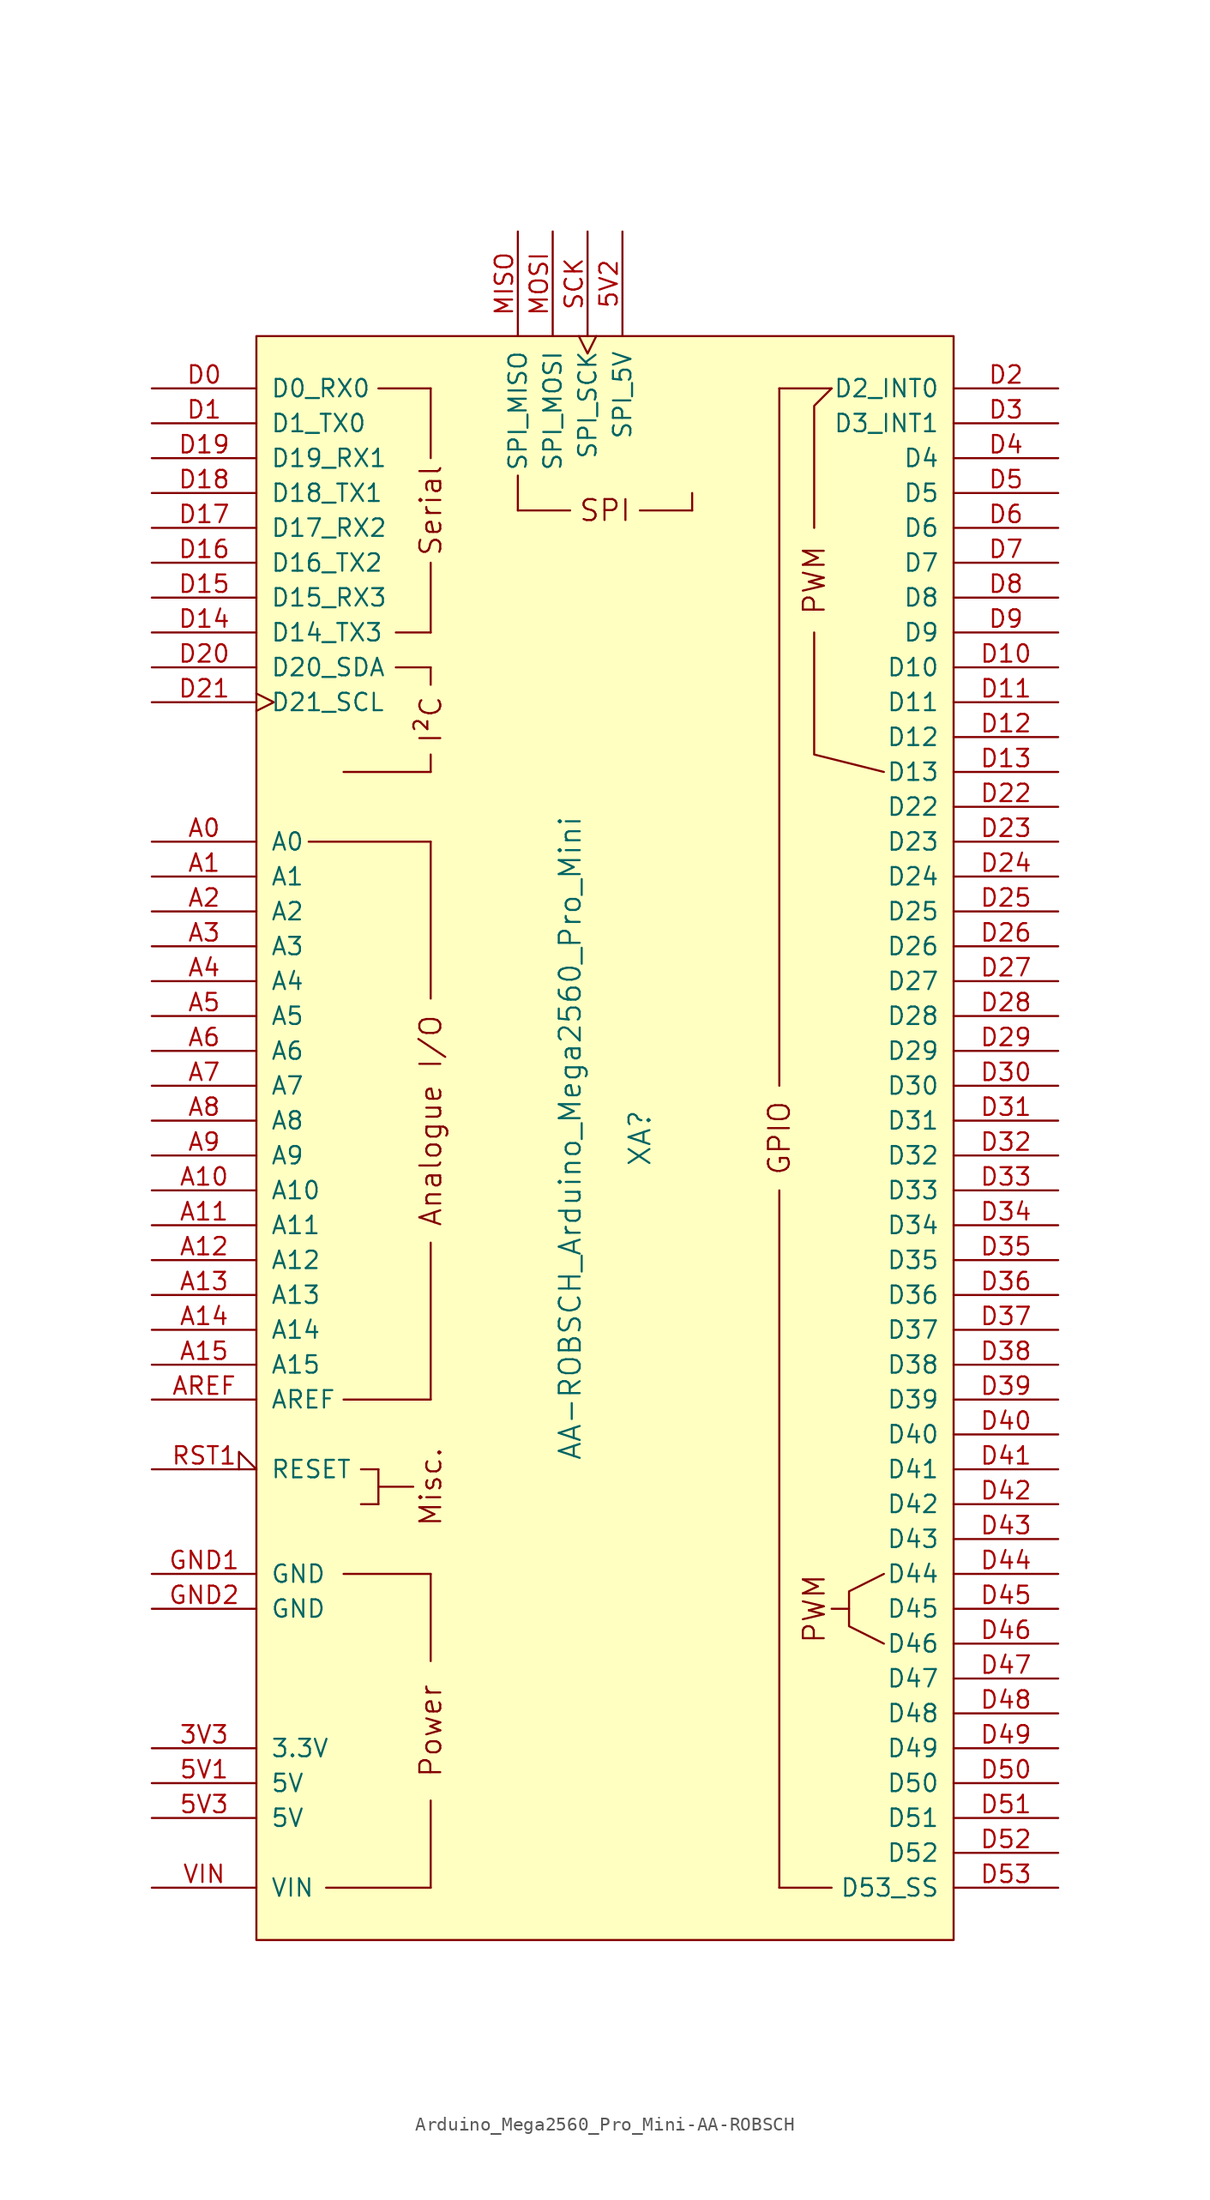
<source format=kicad_sym>
(kicad_symbol_lib
  (version 20220914)
  (generator kicad_symbol_editor)
  (symbol "Arduino_Mega2560_Pro_Mini-AA-ROBSCH"
    (pin_names
      (offset 1.016))
    (property "Reference" "XA"
      (at 2.54 0 90)
      (effects (font (size 1.524 1.524))))
    (property "Value" "AA-ROBSCH_Arduino_Mega2560_Pro_Mini"
      (at -2.54 0 90)
      (effects (font (size 1.524 1.524))))
    (symbol "Arduino_Mega2560_Pro_Mini-AA-ROBSCH_0_0"
      (rectangle (start -25.4 -58.42) (end 25.4 58.42) (stroke (width 0) (type solid)) (fill (type background)))
      (rectangle (start -20.32 -54.61) (end -12.7 -54.61) (stroke (width 0) (type solid)) (fill (type none)))
      (rectangle (start -19.05 -31.75) (end -12.7 -31.75) (stroke (width 0) (type solid)) (fill (type none)))
      (rectangle (start -19.05 -19.05) (end -12.7 -19.05) (stroke (width 0) (type solid)) (fill (type none)))
      (rectangle (start -19.05 26.67) (end -12.7 26.67) (stroke (width 0) (type solid)) (fill (type none)))
      (rectangle (start -17.78 -26.67) (end -16.51 -26.67) (stroke (width 0) (type solid)) (fill (type none)))
      (rectangle (start -17.78 -24.13) (end -16.51 -24.13) (stroke (width 0) (type solid)) (fill (type none)))
      (rectangle (start -16.51 -25.4) (end -13.97 -25.4) (stroke (width 0) (type solid)) (fill (type none)))
      (rectangle (start -16.51 -24.13) (end -16.51 -26.67) (stroke (width 0) (type solid)) (fill (type none)))
      (rectangle (start -16.51 54.61) (end -12.7 54.61) (stroke (width 0) (type solid)) (fill (type none)))
      (rectangle (start -15.24 34.29) (end -12.7 34.29) (stroke (width 0) (type solid)) (fill (type none)))
      (rectangle (start -15.24 36.83) (end -12.7 36.83) (stroke (width 0) (type solid)) (fill (type none)))
      (rectangle (start -12.7 -54.61) (end -12.7 -48.26) (stroke (width 0) (type solid)) (fill (type none)))
      (rectangle (start -12.7 -31.75) (end -12.7 -38.1) (stroke (width 0) (type solid)) (fill (type none)))
      (rectangle (start -12.7 26.67) (end -12.7 27.94) (stroke (width 0) (type solid)) (fill (type none)))
      (rectangle (start -12.7 34.29) (end -12.7 33.02) (stroke (width 0) (type solid)) (fill (type none)))
      (rectangle (start -12.7 41.91) (end -12.7 36.83) (stroke (width 0) (type solid)) (fill (type none)))
      (rectangle (start -12.7 49.53) (end -12.7 54.61) (stroke (width 0) (type solid)) (fill (type none)))
      (rectangle (start -6.35 48.26) (end -6.35 45.72) (stroke (width 0) (type solid)) (fill (type none)))
      (rectangle (start -2.54 45.72) (end -6.35 45.72) (stroke (width 0) (type solid)) (fill (type none)))
      (polyline (pts (xy -21.59 21.59) (xy -12.7 21.59)) (stroke (width 0) (type solid)) (fill (type none)))
      (polyline (pts (xy -12.7 -19.05) (xy -12.7 -7.62)) (stroke (width 0) (type solid)) (fill (type none)))
      (polyline (pts (xy -12.7 10.16) (xy -12.7 21.59)) (stroke (width 0) (type solid)) (fill (type none)))
      (polyline (pts (xy 12.7 -54.61) (xy 16.51 -54.61)) (stroke (width 0) (type solid)) (fill (type none)))
      (polyline (pts (xy 12.7 54.61) (xy 16.51 54.61)) (stroke (width 0) (type solid)) (fill (type none)))
      (polyline (pts (xy 17.78 -34.29) (xy 16.51 -34.29)) (stroke (width 0) (type solid)) (fill (type none)))
      (polyline (pts (xy 15.24 36.83) (xy 15.24 27.94) (xy 20.32 26.67)) (stroke (width 0) (type solid)) (fill (type none)))
      (polyline (pts (xy 15.24 44.45) (xy 15.24 53.34) (xy 16.51 54.61)) (stroke (width 0) (type solid)) (fill (type none)))
      (polyline (pts (xy 20.32 -31.75) (xy 17.78 -33.02) (xy 17.78 -35.56) (xy 20.32 -36.83)) (stroke (width 0) (type solid)) (fill (type none)))
      (rectangle (start 6.35 45.72) (end 2.54 45.72) (stroke (width 0) (type solid)) (fill (type none)))
      (rectangle (start 6.35 46.99) (end 6.35 45.72) (stroke (width 0) (type solid)) (fill (type none)))
      (text "Analogue I/O" (at -12.7 1.27 900) (effects (font (size 1.524 1.524))))
      (text "I²C" (at -12.7 30.48 900) (effects (font (size 1.524 1.524))))
      (text "Misc." (at -12.7 -25.4 900) (effects (font (size 1.524 1.524))))
      (text "Power" (at -12.7 -43.18 900) (effects (font (size 1.524 1.524))))
      (text "PWM" (at 15.24 -34.29 900) (effects (font (size 1.524 1.524))))
      (text "PWM" (at 15.24 40.64 900) (effects (font (size 1.524 1.524))))
      (text "Serial" (at -12.7 45.72 900) (effects (font (size 1.524 1.524))))
      (text "SPI" (at 0 45.72 0) (effects (font (size 1.524 1.524)))))
    (symbol "Arduino_Mega2560_Pro_Mini-AA-ROBSCH_1_0"
      (rectangle (start 12.7 -54.61) (end 12.7 -3.81) (stroke (width 0) (type solid)) (fill (type none)))
      (rectangle (start 12.7 54.61) (end 12.7 3.81) (stroke (width 0) (type solid)) (fill (type none)))
      (text "GPIO" (at 12.7 0 900) (effects (font (size 1.524 1.524)))))
    (symbol "Arduino_Mega2560_Pro_Mini-AA-ROBSCH_1_1"
      (pin power_in line (at -33.02 -44.45 0) (length 7.62) (name "3.3V" (effects (font (size 1.27 1.27)))) (number "3V3" (effects (font (size 1.27 1.27)))))
      (pin power_in line (at -33.02 -46.99 0) (length 7.62) (name "5V" (effects (font (size 1.27 1.27)))) (number "5V1" (effects (font (size 1.27 1.27)))))
      (pin power_in line (at 1.27 66.04 270) (length 7.62) (name "SPI_5V" (effects (font (size 1.27 1.27)))) (number "5V2" (effects (font (size 1.27 1.27)))))
      (pin power_in line (at -33.02 -49.53 0) (length 7.62) (name "5V" (effects (font (size 1.27 1.27)))) (number "5V3" (effects (font (size 1.27 1.27)))))
      (pin bidirectional line (at -33.02 21.59 0) (length 7.62) (name "A0" (effects (font (size 1.27 1.27)))) (number "A0" (effects (font (size 1.27 1.27)))))
      (pin bidirectional line (at -33.02 19.05 0) (length 7.62) (name "A1" (effects (font (size 1.27 1.27)))) (number "A1" (effects (font (size 1.27 1.27)))))
      (pin bidirectional line (at -33.02 -3.81 0) (length 7.62) (name "A10" (effects (font (size 1.27 1.27)))) (number "A10" (effects (font (size 1.27 1.27)))))
      (pin bidirectional line (at -33.02 -6.35 0) (length 7.62) (name "A11" (effects (font (size 1.27 1.27)))) (number "A11" (effects (font (size 1.27 1.27)))))
      (pin bidirectional line (at -33.02 -8.89 0) (length 7.62) (name "A12" (effects (font (size 1.27 1.27)))) (number "A12" (effects (font (size 1.27 1.27)))))
      (pin bidirectional line (at -33.02 -11.43 0) (length 7.62) (name "A13" (effects (font (size 1.27 1.27)))) (number "A13" (effects (font (size 1.27 1.27)))))
      (pin bidirectional line (at -33.02 -13.97 0) (length 7.62) (name "A14" (effects (font (size 1.27 1.27)))) (number "A14" (effects (font (size 1.27 1.27)))))
      (pin bidirectional line (at -33.02 -16.51 0) (length 7.62) (name "A15" (effects (font (size 1.27 1.27)))) (number "A15" (effects (font (size 1.27 1.27)))))
      (pin bidirectional line (at -33.02 16.51 0) (length 7.62) (name "A2" (effects (font (size 1.27 1.27)))) (number "A2" (effects (font (size 1.27 1.27)))))
      (pin bidirectional line (at -33.02 13.97 0) (length 7.62) (name "A3" (effects (font (size 1.27 1.27)))) (number "A3" (effects (font (size 1.27 1.27)))))
      (pin bidirectional line (at -33.02 11.43 0) (length 7.62) (name "A4" (effects (font (size 1.27 1.27)))) (number "A4" (effects (font (size 1.27 1.27)))))
      (pin bidirectional line (at -33.02 8.89 0) (length 7.62) (name "A5" (effects (font (size 1.27 1.27)))) (number "A5" (effects (font (size 1.27 1.27)))))
      (pin bidirectional line (at -33.02 6.35 0) (length 7.62) (name "A6" (effects (font (size 1.27 1.27)))) (number "A6" (effects (font (size 1.27 1.27)))))
      (pin bidirectional line (at -33.02 3.81 0) (length 7.62) (name "A7" (effects (font (size 1.27 1.27)))) (number "A7" (effects (font (size 1.27 1.27)))))
      (pin bidirectional line (at -33.02 1.27 0) (length 7.62) (name "A8" (effects (font (size 1.27 1.27)))) (number "A8" (effects (font (size 1.27 1.27)))))
      (pin bidirectional line (at -33.02 -1.27 0) (length 7.62) (name "A9" (effects (font (size 1.27 1.27)))) (number "A9" (effects (font (size 1.27 1.27)))))
      (pin input line (at -33.02 -19.05 0) (length 7.62) (name "AREF" (effects (font (size 1.27 1.27)))) (number "AREF" (effects (font (size 1.27 1.27)))))
      (pin bidirectional line (at -33.02 54.61 0) (length 7.62) (name "D0_RX0" (effects (font (size 1.27 1.27)))) (number "D0" (effects (font (size 1.27 1.27)))))
      (pin bidirectional line (at -33.02 52.07 0) (length 7.62) (name "D1_TX0" (effects (font (size 1.27 1.27)))) (number "D1" (effects (font (size 1.27 1.27)))))
      (pin bidirectional line (at 33.02 34.29 180) (length 7.62) (name "D10" (effects (font (size 1.27 1.27)))) (number "D10" (effects (font (size 1.27 1.27)))))
      (pin bidirectional line (at 33.02 31.75 180) (length 7.62) (name "D11" (effects (font (size 1.27 1.27)))) (number "D11" (effects (font (size 1.27 1.27)))))
      (pin bidirectional line (at 33.02 29.21 180) (length 7.62) (name "D12" (effects (font (size 1.27 1.27)))) (number "D12" (effects (font (size 1.27 1.27)))))
      (pin bidirectional line (at 33.02 26.67 180) (length 7.62) (name "D13" (effects (font (size 1.27 1.27)))) (number "D13" (effects (font (size 1.27 1.27)))))
      (pin bidirectional line (at -33.02 36.83 0) (length 7.62) (name "D14_TX3" (effects (font (size 1.27 1.27)))) (number "D14" (effects (font (size 1.27 1.27)))))
      (pin bidirectional line (at -33.02 39.37 0) (length 7.62) (name "D15_RX3" (effects (font (size 1.27 1.27)))) (number "D15" (effects (font (size 1.27 1.27)))))
      (pin bidirectional line (at -33.02 41.91 0) (length 7.62) (name "D16_TX2" (effects (font (size 1.27 1.27)))) (number "D16" (effects (font (size 1.27 1.27)))))
      (pin bidirectional line (at -33.02 44.45 0) (length 7.62) (name "D17_RX2" (effects (font (size 1.27 1.27)))) (number "D17" (effects (font (size 1.27 1.27)))))
      (pin bidirectional line (at -33.02 46.99 0) (length 7.62) (name "D18_TX1" (effects (font (size 1.27 1.27)))) (number "D18" (effects (font (size 1.27 1.27)))))
      (pin bidirectional line (at -33.02 49.53 0) (length 7.62) (name "D19_RX1" (effects (font (size 1.27 1.27)))) (number "D19" (effects (font (size 1.27 1.27)))))
      (pin bidirectional line (at 33.02 54.61 180) (length 7.62) (name "D2_INT0" (effects (font (size 1.27 1.27)))) (number "D2" (effects (font (size 1.27 1.27)))))
      (pin bidirectional line (at -33.02 34.29 0) (length 7.62) (name "D20_SDA" (effects (font (size 1.27 1.27)))) (number "D20" (effects (font (size 1.27 1.27)))))
      (pin bidirectional clock (at -33.02 31.75 0) (length 7.62) (name "D21_SCL" (effects (font (size 1.27 1.27)))) (number "D21" (effects (font (size 1.27 1.27)))))
      (pin bidirectional line (at 33.02 24.13 180) (length 7.62) (name "D22" (effects (font (size 1.27 1.27)))) (number "D22" (effects (font (size 1.27 1.27)))))
      (pin bidirectional line (at 33.02 21.59 180) (length 7.62) (name "D23" (effects (font (size 1.27 1.27)))) (number "D23" (effects (font (size 1.27 1.27)))))
      (pin bidirectional line (at 33.02 19.05 180) (length 7.62) (name "D24" (effects (font (size 1.27 1.27)))) (number "D24" (effects (font (size 1.27 1.27)))))
      (pin bidirectional line (at 33.02 16.51 180) (length 7.62) (name "D25" (effects (font (size 1.27 1.27)))) (number "D25" (effects (font (size 1.27 1.27)))))
      (pin bidirectional line (at 33.02 13.97 180) (length 7.62) (name "D26" (effects (font (size 1.27 1.27)))) (number "D26" (effects (font (size 1.27 1.27)))))
      (pin bidirectional line (at 33.02 11.43 180) (length 7.62) (name "D27" (effects (font (size 1.27 1.27)))) (number "D27" (effects (font (size 1.27 1.27)))))
      (pin bidirectional line (at 33.02 8.89 180) (length 7.62) (name "D28" (effects (font (size 1.27 1.27)))) (number "D28" (effects (font (size 1.27 1.27)))))
      (pin bidirectional line (at 33.02 6.35 180) (length 7.62) (name "D29" (effects (font (size 1.27 1.27)))) (number "D29" (effects (font (size 1.27 1.27)))))
      (pin bidirectional line (at 33.02 52.07 180) (length 7.62) (name "D3_INT1" (effects (font (size 1.27 1.27)))) (number "D3" (effects (font (size 1.27 1.27)))))
      (pin bidirectional line (at 33.02 3.81 180) (length 7.62) (name "D30" (effects (font (size 1.27 1.27)))) (number "D30" (effects (font (size 1.27 1.27)))))
      (pin bidirectional line (at 33.02 1.27 180) (length 7.62) (name "D31" (effects (font (size 1.27 1.27)))) (number "D31" (effects (font (size 1.27 1.27)))))
      (pin bidirectional line (at 33.02 -1.27 180) (length 7.62) (name "D32" (effects (font (size 1.27 1.27)))) (number "D32" (effects (font (size 1.27 1.27)))))
      (pin bidirectional line (at 33.02 -3.81 180) (length 7.62) (name "D33" (effects (font (size 1.27 1.27)))) (number "D33" (effects (font (size 1.27 1.27)))))
      (pin bidirectional line (at 33.02 -6.35 180) (length 7.62) (name "D34" (effects (font (size 1.27 1.27)))) (number "D34" (effects (font (size 1.27 1.27)))))
      (pin bidirectional line (at 33.02 -8.89 180) (length 7.62) (name "D35" (effects (font (size 1.27 1.27)))) (number "D35" (effects (font (size 1.27 1.27)))))
      (pin bidirectional line (at 33.02 -11.43 180) (length 7.62) (name "D36" (effects (font (size 1.27 1.27)))) (number "D36" (effects (font (size 1.27 1.27)))))
      (pin bidirectional line (at 33.02 -13.97 180) (length 7.62) (name "D37" (effects (font (size 1.27 1.27)))) (number "D37" (effects (font (size 1.27 1.27)))))
      (pin bidirectional line (at 33.02 -16.51 180) (length 7.62) (name "D38" (effects (font (size 1.27 1.27)))) (number "D38" (effects (font (size 1.27 1.27)))))
      (pin bidirectional line (at 33.02 -19.05 180) (length 7.62) (name "D39" (effects (font (size 1.27 1.27)))) (number "D39" (effects (font (size 1.27 1.27)))))
      (pin bidirectional line (at 33.02 49.53 180) (length 7.62) (name "D4" (effects (font (size 1.27 1.27)))) (number "D4" (effects (font (size 1.27 1.27)))))
      (pin bidirectional line (at 33.02 -21.59 180) (length 7.62) (name "D40" (effects (font (size 1.27 1.27)))) (number "D40" (effects (font (size 1.27 1.27)))))
      (pin bidirectional line (at 33.02 -24.13 180) (length 7.62) (name "D41" (effects (font (size 1.27 1.27)))) (number "D41" (effects (font (size 1.27 1.27)))))
      (pin bidirectional line (at 33.02 -26.67 180) (length 7.62) (name "D42" (effects (font (size 1.27 1.27)))) (number "D42" (effects (font (size 1.27 1.27)))))
      (pin bidirectional line (at 33.02 -29.21 180) (length 7.62) (name "D43" (effects (font (size 1.27 1.27)))) (number "D43" (effects (font (size 1.27 1.27)))))
      (pin bidirectional line (at 33.02 -31.75 180) (length 7.62) (name "D44" (effects (font (size 1.27 1.27)))) (number "D44" (effects (font (size 1.27 1.27)))))
      (pin bidirectional line (at 33.02 -34.29 180) (length 7.62) (name "D45" (effects (font (size 1.27 1.27)))) (number "D45" (effects (font (size 1.27 1.27)))))
      (pin bidirectional line (at 33.02 -36.83 180) (length 7.62) (name "D46" (effects (font (size 1.27 1.27)))) (number "D46" (effects (font (size 1.27 1.27)))))
      (pin bidirectional line (at 33.02 -39.37 180) (length 7.62) (name "D47" (effects (font (size 1.27 1.27)))) (number "D47" (effects (font (size 1.27 1.27)))))
      (pin bidirectional line (at 33.02 -41.91 180) (length 7.62) (name "D48" (effects (font (size 1.27 1.27)))) (number "D48" (effects (font (size 1.27 1.27)))))
      (pin bidirectional line (at 33.02 -44.45 180) (length 7.62) (name "D49" (effects (font (size 1.27 1.27)))) (number "D49" (effects (font (size 1.27 1.27)))))
      (pin bidirectional line (at 33.02 46.99 180) (length 7.62) (name "D5" (effects (font (size 1.27 1.27)))) (number "D5" (effects (font (size 1.27 1.27)))))
      (pin bidirectional line (at 33.02 -46.99 180) (length 7.62) (name "D50" (effects (font (size 1.27 1.27)))) (number "D50" (effects (font (size 1.27 1.27)))))
      (pin bidirectional line (at 33.02 -49.53 180) (length 7.62) (name "D51" (effects (font (size 1.27 1.27)))) (number "D51" (effects (font (size 1.27 1.27)))))
      (pin bidirectional line (at 33.02 -52.07 180) (length 7.62) (name "D52" (effects (font (size 1.27 1.27)))) (number "D52" (effects (font (size 1.27 1.27)))))
      (pin bidirectional line (at 33.02 -54.61 180) (length 7.62) (name "D53_SS" (effects (font (size 1.27 1.27)))) (number "D53" (effects (font (size 1.27 1.27)))))
      (pin bidirectional line (at 33.02 44.45 180) (length 7.62) (name "D6" (effects (font (size 1.27 1.27)))) (number "D6" (effects (font (size 1.27 1.27)))))
      (pin bidirectional line (at 33.02 41.91 180) (length 7.62) (name "D7" (effects (font (size 1.27 1.27)))) (number "D7" (effects (font (size 1.27 1.27)))))
      (pin bidirectional line (at 33.02 39.37 180) (length 7.62) (name "D8" (effects (font (size 1.27 1.27)))) (number "D8" (effects (font (size 1.27 1.27)))))
      (pin bidirectional line (at 33.02 36.83 180) (length 7.62) (name "D9" (effects (font (size 1.27 1.27)))) (number "D9" (effects (font (size 1.27 1.27)))))
      (pin power_in line (at -33.02 -31.75 0) (length 7.62) (name "GND" (effects (font (size 1.27 1.27)))) (number "GND1" (effects (font (size 1.27 1.27)))))
      (pin power_in line (at -33.02 -34.29 0) (length 7.62) (name "GND" (effects (font (size 1.27 1.27)))) (number "GND2" (effects (font (size 1.27 1.27)))))
      (pin input line (at -6.35 66.04 270) (length 7.62) (name "SPI_MISO" (effects (font (size 1.27 1.27)))) (number "MISO" (effects (font (size 1.27 1.27)))))
      (pin output line (at -3.81 66.04 270) (length 7.62) (name "SPI_MOSI" (effects (font (size 1.27 1.27)))) (number "MOSI" (effects (font (size 1.27 1.27)))))
      (pin open_collector input_low (at -33.02 -24.13 0) (length 7.62) (name "RESET" (effects (font (size 1.27 1.27)))) (number "RST1" (effects (font (size 1.27 1.27)))))
      (pin output clock (at -1.27 66.04 270) (length 7.62) (name "SPI_SCK" (effects (font (size 1.27 1.27)))) (number "SCK" (effects (font (size 1.27 1.27)))))
      (pin power_in line (at -33.02 -54.61 0) (length 7.62) (name "VIN" (effects (font (size 1.27 1.27)))) (number "VIN" (effects (font (size 1.27 1.27))))))))
</source>
